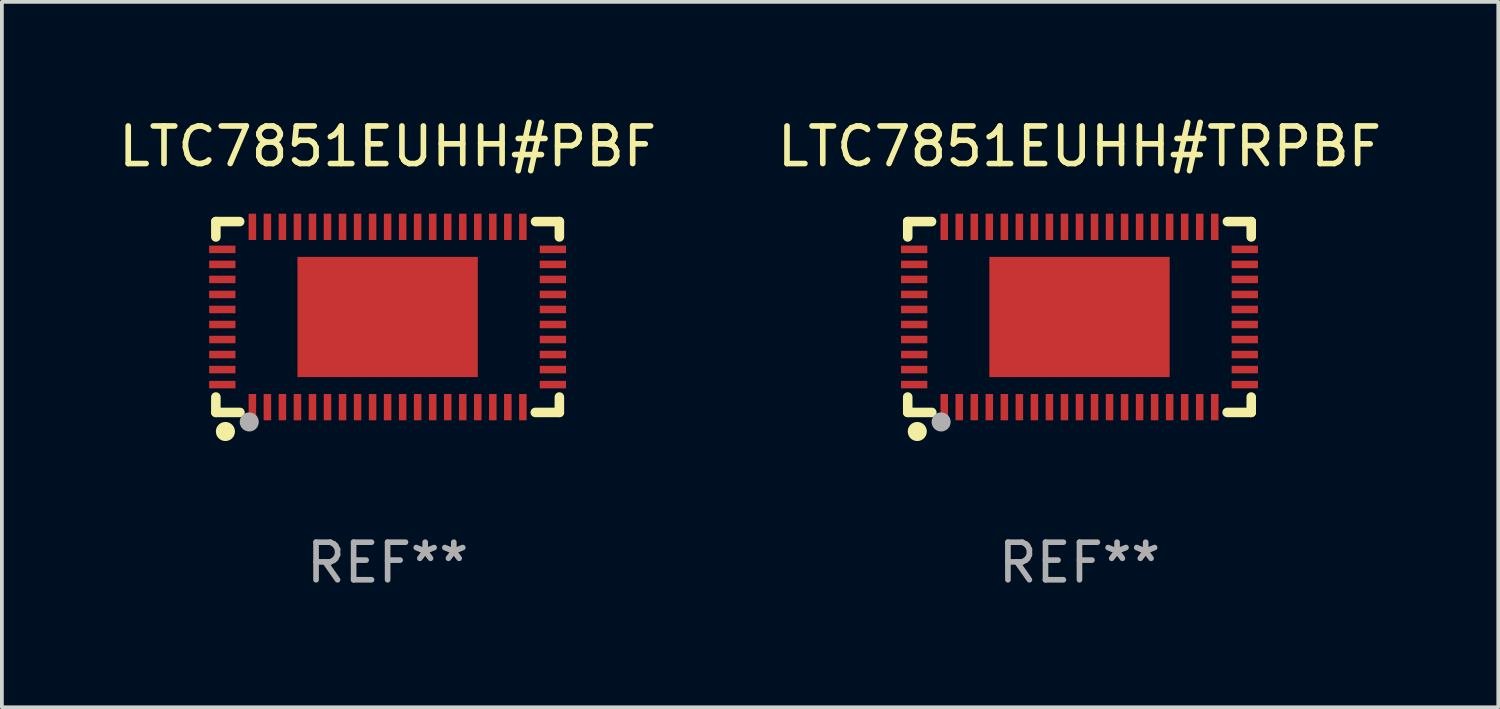
<source format=kicad_pcb>
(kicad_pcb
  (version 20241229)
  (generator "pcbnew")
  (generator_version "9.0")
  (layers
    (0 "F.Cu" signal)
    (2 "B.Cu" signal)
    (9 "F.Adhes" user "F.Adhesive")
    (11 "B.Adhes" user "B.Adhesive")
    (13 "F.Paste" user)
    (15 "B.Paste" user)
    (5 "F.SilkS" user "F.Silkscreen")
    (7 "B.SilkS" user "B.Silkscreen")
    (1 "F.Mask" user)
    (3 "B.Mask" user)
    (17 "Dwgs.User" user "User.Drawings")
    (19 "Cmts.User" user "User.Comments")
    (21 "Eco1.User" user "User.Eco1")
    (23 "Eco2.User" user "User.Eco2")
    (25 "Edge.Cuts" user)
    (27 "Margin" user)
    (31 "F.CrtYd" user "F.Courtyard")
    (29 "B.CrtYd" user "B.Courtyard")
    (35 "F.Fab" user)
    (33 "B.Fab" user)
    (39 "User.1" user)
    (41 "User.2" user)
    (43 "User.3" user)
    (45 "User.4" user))
  (footprint "LTC7851EUHH#PBF"
    (layer "F.Cu")
    (at 7.268 5.388)
    (property "Reference" "LTC7851EUHH#PBF" (at 0 -4.54 0) (layer "F.SilkS") (effects (font (size 1 1) (thickness 0.15))))
    (attr through_hole)
    (fp_line (start -4.572 -2.54) (end -4.572 -2.131) (stroke (width 0.254) (type solid)) (layer "F.SilkS"))
    (fp_line (start -4.572 2.131) (end -4.572 2.54) (stroke (width 0.254) (type solid)) (layer "F.SilkS"))
    (fp_line (start -4.572 2.54) (end -3.931 2.54) (stroke (width 0.254) (type solid)) (layer "F.SilkS"))
    (fp_line (start -3.937 -2.54) (end -4.572 -2.54) (stroke (width 0.254) (type solid)) (layer "F.SilkS"))
    (fp_line (start 3.931 2.54) (end 4.572 2.54) (stroke (width 0.254) (type solid)) (layer "F.SilkS"))
    (fp_line (start 4.572 -2.54) (end 3.937 -2.54) (stroke (width 0.254) (type solid)) (layer "F.SilkS"))
    (fp_line (start 4.572 -2.131) (end 4.572 -2.54) (stroke (width 0.254) (type solid)) (layer "F.SilkS"))
    (fp_line (start 4.572 2.54) (end 4.572 2.131) (stroke (width 0.254) (type solid)) (layer "F.SilkS"))
    (fp_circle (center -4.501 2.501) (end -4.471 2.501) (stroke (width 0.06) (type solid)) (fill no) (layer "F.SilkS"))
    (fp_circle (center -4.318 3.048) (end -4.191 3.048) (stroke (width 0.254) (type solid)) (fill no) (layer "F.SilkS"))
    (fp_circle (center -3.683 2.794) (end -3.556 2.794) (stroke (width 0.254) (type solid)) (fill no) (layer "F.Fab"))
    (fp_text user "REF**" (at 0 6.54 0) (layer "F.Fab") (effects (font (size 1 1) (thickness 0.15))))
    (pad "1" smd rect (at -3.6 2.4) (size 0.2 0.7) (layers "F.Cu" "F.Mask" "F.Paste"))
    (pad "2" smd rect (at -3.2 2.4) (size 0.2 0.7) (layers "F.Cu" "F.Mask" "F.Paste"))
    (pad "3" smd rect (at -2.8 2.4) (size 0.2 0.7) (layers "F.Cu" "F.Mask" "F.Paste"))
    (pad "4" smd rect (at -2.4 2.4) (size 0.2 0.7) (layers "F.Cu" "F.Mask" "F.Paste"))
    (pad "5" smd rect (at -2 2.4) (size 0.2 0.7) (layers "F.Cu" "F.Mask" "F.Paste"))
    (pad "6" smd rect (at -1.6 2.4) (size 0.2 0.7) (layers "F.Cu" "F.Mask" "F.Paste"))
    (pad "7" smd rect (at -1.2 2.4) (size 0.2 0.7) (layers "F.Cu" "F.Mask" "F.Paste"))
    (pad "8" smd rect (at -0.8 2.4) (size 0.2 0.7) (layers "F.Cu" "F.Mask" "F.Paste"))
    (pad "9" smd rect (at -0.4 2.4) (size 0.2 0.7) (layers "F.Cu" "F.Mask" "F.Paste"))
    (pad "10" smd rect (at -0.000076 2.4) (size 0.2 0.7) (layers "F.Cu" "F.Mask" "F.Paste"))
    (pad "11" smd rect (at 0.4 2.4) (size 0.2 0.7) (layers "F.Cu" "F.Mask" "F.Paste"))
    (pad "12" smd rect (at 0.8 2.4) (size 0.2 0.7) (layers "F.Cu" "F.Mask" "F.Paste"))
    (pad "13" smd rect (at 1.2 2.4) (size 0.2 0.7) (layers "F.Cu" "F.Mask" "F.Paste"))
    (pad "14" smd rect (at 1.6 2.4) (size 0.2 0.7) (layers "F.Cu" "F.Mask" "F.Paste"))
    (pad "15" smd rect (at 2 2.4) (size 0.2 0.7) (layers "F.Cu" "F.Mask" "F.Paste"))
    (pad "16" smd rect (at 2.4 2.4) (size 0.2 0.7) (layers "F.Cu" "F.Mask" "F.Paste"))
    (pad "17" smd rect (at 2.8 2.4) (size 0.2 0.7) (layers "F.Cu" "F.Mask" "F.Paste"))
    (pad "18" smd rect (at 3.2 2.4) (size 0.2 0.7) (layers "F.Cu" "F.Mask" "F.Paste"))
    (pad "19" smd rect (at 3.6 2.4) (size 0.2 0.7) (layers "F.Cu" "F.Mask" "F.Paste"))
    (pad "20" smd rect (at 4.4 1.8 90) (size 0.2 0.7) (layers "F.Cu" "F.Mask" "F.Paste"))
    (pad "21" smd rect (at 4.4 1.4 90) (size 0.2 0.7) (layers "F.Cu" "F.Mask" "F.Paste"))
    (pad "22" smd rect (at 4.4 1 90) (size 0.2 0.7) (layers "F.Cu" "F.Mask" "F.Paste"))
    (pad "23" smd rect (at 4.4 0.6 90) (size 0.2 0.7) (layers "F.Cu" "F.Mask" "F.Paste"))
    (pad "24" smd rect (at 4.4 0.2 90) (size 0.2 0.7) (layers "F.Cu" "F.Mask" "F.Paste"))
    (pad "25" smd rect (at 4.4 -0.2 90) (size 0.2 0.7) (layers "F.Cu" "F.Mask" "F.Paste"))
    (pad "26" smd rect (at 4.4 -0.6 90) (size 0.2 0.7) (layers "F.Cu" "F.Mask" "F.Paste"))
    (pad "27" smd rect (at 4.4 -1 90) (size 0.2 0.7) (layers "F.Cu" "F.Mask" "F.Paste"))
    (pad "28" smd rect (at 4.4 -1.4 90) (size 0.2 0.7) (layers "F.Cu" "F.Mask" "F.Paste"))
    (pad "29" smd rect (at 4.4 -1.8 90) (size 0.2 0.7) (layers "F.Cu" "F.Mask" "F.Paste"))
    (pad "30" smd rect (at 3.6 -2.4 180) (size 0.2 0.7) (layers "F.Cu" "F.Mask" "F.Paste"))
    (pad "31" smd rect (at 3.2 -2.4 180) (size 0.2 0.7) (layers "F.Cu" "F.Mask" "F.Paste"))
    (pad "32" smd rect (at 2.8 -2.4 180) (size 0.2 0.7) (layers "F.Cu" "F.Mask" "F.Paste"))
    (pad "33" smd rect (at 2.4 -2.4 180) (size 0.2 0.7) (layers "F.Cu" "F.Mask" "F.Paste"))
    (pad "34" smd rect (at 2 -2.4 180) (size 0.2 0.7) (layers "F.Cu" "F.Mask" "F.Paste"))
    (pad "35" smd rect (at 1.6 -2.4 180) (size 0.2 0.7) (layers "F.Cu" "F.Mask" "F.Paste"))
    (pad "36" smd rect (at 1.2 -2.4 180) (size 0.2 0.7) (layers "F.Cu" "F.Mask" "F.Paste"))
    (pad "37" smd rect (at 0.8 -2.4 180) (size 0.2 0.7) (layers "F.Cu" "F.Mask" "F.Paste"))
    (pad "38" smd rect (at 0.4 -2.4 180) (size 0.2 0.7) (layers "F.Cu" "F.Mask" "F.Paste"))
    (pad "39" smd rect (at -0.000076 -2.4 180) (size 0.2 0.7) (layers "F.Cu" "F.Mask" "F.Paste"))
    (pad "40" smd rect (at -0.4 -2.4 180) (size 0.2 0.7) (layers "F.Cu" "F.Mask" "F.Paste"))
    (pad "41" smd rect (at -0.8 -2.4 180) (size 0.2 0.7) (layers "F.Cu" "F.Mask" "F.Paste"))
    (pad "42" smd rect (at -1.2 -2.4 180) (size 0.2 0.7) (layers "F.Cu" "F.Mask" "F.Paste"))
    (pad "43" smd rect (at -1.6 -2.4 180) (size 0.2 0.7) (layers "F.Cu" "F.Mask" "F.Paste"))
    (pad "44" smd rect (at -2 -2.4 180) (size 0.2 0.7) (layers "F.Cu" "F.Mask" "F.Paste"))
    (pad "45" smd rect (at -2.4 -2.4 180) (size 0.2 0.7) (layers "F.Cu" "F.Mask" "F.Paste"))
    (pad "46" smd rect (at -2.8 -2.4 180) (size 0.2 0.7) (layers "F.Cu" "F.Mask" "F.Paste"))
    (pad "47" smd rect (at -3.2 -2.4 180) (size 0.2 0.7) (layers "F.Cu" "F.Mask" "F.Paste"))
    (pad "48" smd rect (at -3.6 -2.4 180) (size 0.2 0.7) (layers "F.Cu" "F.Mask" "F.Paste"))
    (pad "49" smd rect (at -4.4 -1.8 270) (size 0.2 0.7) (layers "F.Cu" "F.Mask" "F.Paste"))
    (pad "50" smd rect (at -4.4 -1.4 270) (size 0.2 0.7) (layers "F.Cu" "F.Mask" "F.Paste"))
    (pad "51" smd rect (at -4.4 -1 270) (size 0.2 0.7) (layers "F.Cu" "F.Mask" "F.Paste"))
    (pad "52" smd rect (at -4.4 -0.6 270) (size 0.2 0.7) (layers "F.Cu" "F.Mask" "F.Paste"))
    (pad "53" smd rect (at -4.4 -0.2 270) (size 0.2 0.7) (layers "F.Cu" "F.Mask" "F.Paste"))
    (pad "54" smd rect (at -4.4 0.2 270) (size 0.2 0.7) (layers "F.Cu" "F.Mask" "F.Paste"))
    (pad "55" smd rect (at -4.4 0.6 270) (size 0.2 0.7) (layers "F.Cu" "F.Mask" "F.Paste"))
    (pad "56" smd rect (at -4.4 1 270) (size 0.2 0.7) (layers "F.Cu" "F.Mask" "F.Paste"))
    (pad "57" smd rect (at -4.4 1.4 270) (size 0.2 0.7) (layers "F.Cu" "F.Mask" "F.Paste"))
    (pad "58" smd rect (at -4.4 1.8 270) (size 0.2 0.7) (layers "F.Cu" "F.Mask" "F.Paste"))
    (pad "59" smd rect (at -0.000076 0.000051 270) (size 3.2 4.8) (layers "F.Cu" "F.Mask" "F.Paste")))
  (footprint "LTC7851EUHH#TRPBF"
    (layer "F.Cu")
    (at 25.685 5.388)
    (property "Reference" "LTC7851EUHH#TRPBF" (at 0 -4.54 0) (layer "F.SilkS") (effects (font (size 1 1) (thickness 0.15))))
    (attr through_hole)
    (fp_line (start -4.572 -2.54) (end -4.572 -2.131) (stroke (width 0.254) (type solid)) (layer "F.SilkS"))
    (fp_line (start -4.572 2.131) (end -4.572 2.54) (stroke (width 0.254) (type solid)) (layer "F.SilkS"))
    (fp_line (start -4.572 2.54) (end -3.931 2.54) (stroke (width 0.254) (type solid)) (layer "F.SilkS"))
    (fp_line (start -3.937 -2.54) (end -4.572 -2.54) (stroke (width 0.254) (type solid)) (layer "F.SilkS"))
    (fp_line (start 3.931 2.54) (end 4.572 2.54) (stroke (width 0.254) (type solid)) (layer "F.SilkS"))
    (fp_line (start 4.572 -2.54) (end 3.937 -2.54) (stroke (width 0.254) (type solid)) (layer "F.SilkS"))
    (fp_line (start 4.572 -2.131) (end 4.572 -2.54) (stroke (width 0.254) (type solid)) (layer "F.SilkS"))
    (fp_line (start 4.572 2.54) (end 4.572 2.131) (stroke (width 0.254) (type solid)) (layer "F.SilkS"))
    (fp_circle (center -4.501 2.501) (end -4.471 2.501) (stroke (width 0.06) (type solid)) (fill no) (layer "F.SilkS"))
    (fp_circle (center -4.318 3.048) (end -4.191 3.048) (stroke (width 0.254) (type solid)) (fill no) (layer "F.SilkS"))
    (fp_circle (center -3.683 2.794) (end -3.556 2.794) (stroke (width 0.254) (type solid)) (fill no) (layer "F.Fab"))
    (fp_text user "REF**" (at 0 6.54 0) (layer "F.Fab") (effects (font (size 1 1) (thickness 0.15))))
    (pad "1" smd rect (at -3.6 2.4) (size 0.2 0.7) (layers "F.Cu" "F.Mask" "F.Paste"))
    (pad "2" smd rect (at -3.2 2.4) (size 0.2 0.7) (layers "F.Cu" "F.Mask" "F.Paste"))
    (pad "3" smd rect (at -2.8 2.4) (size 0.2 0.7) (layers "F.Cu" "F.Mask" "F.Paste"))
    (pad "4" smd rect (at -2.4 2.4) (size 0.2 0.7) (layers "F.Cu" "F.Mask" "F.Paste"))
    (pad "5" smd rect (at -2 2.4) (size 0.2 0.7) (layers "F.Cu" "F.Mask" "F.Paste"))
    (pad "6" smd rect (at -1.6 2.4) (size 0.2 0.7) (layers "F.Cu" "F.Mask" "F.Paste"))
    (pad "7" smd rect (at -1.2 2.4) (size 0.2 0.7) (layers "F.Cu" "F.Mask" "F.Paste"))
    (pad "8" smd rect (at -0.8 2.4) (size 0.2 0.7) (layers "F.Cu" "F.Mask" "F.Paste"))
    (pad "9" smd rect (at -0.4 2.4) (size 0.2 0.7) (layers "F.Cu" "F.Mask" "F.Paste"))
    (pad "10" smd rect (at -0.000076 2.4) (size 0.2 0.7) (layers "F.Cu" "F.Mask" "F.Paste"))
    (pad "11" smd rect (at 0.4 2.4) (size 0.2 0.7) (layers "F.Cu" "F.Mask" "F.Paste"))
    (pad "12" smd rect (at 0.8 2.4) (size 0.2 0.7) (layers "F.Cu" "F.Mask" "F.Paste"))
    (pad "13" smd rect (at 1.2 2.4) (size 0.2 0.7) (layers "F.Cu" "F.Mask" "F.Paste"))
    (pad "14" smd rect (at 1.6 2.4) (size 0.2 0.7) (layers "F.Cu" "F.Mask" "F.Paste"))
    (pad "15" smd rect (at 2 2.4) (size 0.2 0.7) (layers "F.Cu" "F.Mask" "F.Paste"))
    (pad "16" smd rect (at 2.4 2.4) (size 0.2 0.7) (layers "F.Cu" "F.Mask" "F.Paste"))
    (pad "17" smd rect (at 2.8 2.4) (size 0.2 0.7) (layers "F.Cu" "F.Mask" "F.Paste"))
    (pad "18" smd rect (at 3.2 2.4) (size 0.2 0.7) (layers "F.Cu" "F.Mask" "F.Paste"))
    (pad "19" smd rect (at 3.6 2.4) (size 0.2 0.7) (layers "F.Cu" "F.Mask" "F.Paste"))
    (pad "20" smd rect (at 4.4 1.8 90) (size 0.2 0.7) (layers "F.Cu" "F.Mask" "F.Paste"))
    (pad "21" smd rect (at 4.4 1.4 90) (size 0.2 0.7) (layers "F.Cu" "F.Mask" "F.Paste"))
    (pad "22" smd rect (at 4.4 1 90) (size 0.2 0.7) (layers "F.Cu" "F.Mask" "F.Paste"))
    (pad "23" smd rect (at 4.4 0.6 90) (size 0.2 0.7) (layers "F.Cu" "F.Mask" "F.Paste"))
    (pad "24" smd rect (at 4.4 0.2 90) (size 0.2 0.7) (layers "F.Cu" "F.Mask" "F.Paste"))
    (pad "25" smd rect (at 4.4 -0.2 90) (size 0.2 0.7) (layers "F.Cu" "F.Mask" "F.Paste"))
    (pad "26" smd rect (at 4.4 -0.6 90) (size 0.2 0.7) (layers "F.Cu" "F.Mask" "F.Paste"))
    (pad "27" smd rect (at 4.4 -1 90) (size 0.2 0.7) (layers "F.Cu" "F.Mask" "F.Paste"))
    (pad "28" smd rect (at 4.4 -1.4 90) (size 0.2 0.7) (layers "F.Cu" "F.Mask" "F.Paste"))
    (pad "29" smd rect (at 4.4 -1.8 90) (size 0.2 0.7) (layers "F.Cu" "F.Mask" "F.Paste"))
    (pad "30" smd rect (at 3.6 -2.4 180) (size 0.2 0.7) (layers "F.Cu" "F.Mask" "F.Paste"))
    (pad "31" smd rect (at 3.2 -2.4 180) (size 0.2 0.7) (layers "F.Cu" "F.Mask" "F.Paste"))
    (pad "32" smd rect (at 2.8 -2.4 180) (size 0.2 0.7) (layers "F.Cu" "F.Mask" "F.Paste"))
    (pad "33" smd rect (at 2.4 -2.4 180) (size 0.2 0.7) (layers "F.Cu" "F.Mask" "F.Paste"))
    (pad "34" smd rect (at 2 -2.4 180) (size 0.2 0.7) (layers "F.Cu" "F.Mask" "F.Paste"))
    (pad "35" smd rect (at 1.6 -2.4 180) (size 0.2 0.7) (layers "F.Cu" "F.Mask" "F.Paste"))
    (pad "36" smd rect (at 1.2 -2.4 180) (size 0.2 0.7) (layers "F.Cu" "F.Mask" "F.Paste"))
    (pad "37" smd rect (at 0.8 -2.4 180) (size 0.2 0.7) (layers "F.Cu" "F.Mask" "F.Paste"))
    (pad "38" smd rect (at 0.4 -2.4 180) (size 0.2 0.7) (layers "F.Cu" "F.Mask" "F.Paste"))
    (pad "39" smd rect (at -0.000076 -2.4 180) (size 0.2 0.7) (layers "F.Cu" "F.Mask" "F.Paste"))
    (pad "40" smd rect (at -0.4 -2.4 180) (size 0.2 0.7) (layers "F.Cu" "F.Mask" "F.Paste"))
    (pad "41" smd rect (at -0.8 -2.4 180) (size 0.2 0.7) (layers "F.Cu" "F.Mask" "F.Paste"))
    (pad "42" smd rect (at -1.2 -2.4 180) (size 0.2 0.7) (layers "F.Cu" "F.Mask" "F.Paste"))
    (pad "43" smd rect (at -1.6 -2.4 180) (size 0.2 0.7) (layers "F.Cu" "F.Mask" "F.Paste"))
    (pad "44" smd rect (at -2 -2.4 180) (size 0.2 0.7) (layers "F.Cu" "F.Mask" "F.Paste"))
    (pad "45" smd rect (at -2.4 -2.4 180) (size 0.2 0.7) (layers "F.Cu" "F.Mask" "F.Paste"))
    (pad "46" smd rect (at -2.8 -2.4 180) (size 0.2 0.7) (layers "F.Cu" "F.Mask" "F.Paste"))
    (pad "47" smd rect (at -3.2 -2.4 180) (size 0.2 0.7) (layers "F.Cu" "F.Mask" "F.Paste"))
    (pad "48" smd rect (at -3.6 -2.4 180) (size 0.2 0.7) (layers "F.Cu" "F.Mask" "F.Paste"))
    (pad "49" smd rect (at -4.4 -1.8 270) (size 0.2 0.7) (layers "F.Cu" "F.Mask" "F.Paste"))
    (pad "50" smd rect (at -4.4 -1.4 270) (size 0.2 0.7) (layers "F.Cu" "F.Mask" "F.Paste"))
    (pad "51" smd rect (at -4.4 -1 270) (size 0.2 0.7) (layers "F.Cu" "F.Mask" "F.Paste"))
    (pad "52" smd rect (at -4.4 -0.6 270) (size 0.2 0.7) (layers "F.Cu" "F.Mask" "F.Paste"))
    (pad "53" smd rect (at -4.4 -0.2 270) (size 0.2 0.7) (layers "F.Cu" "F.Mask" "F.Paste"))
    (pad "54" smd rect (at -4.4 0.2 270) (size 0.2 0.7) (layers "F.Cu" "F.Mask" "F.Paste"))
    (pad "55" smd rect (at -4.4 0.6 270) (size 0.2 0.7) (layers "F.Cu" "F.Mask" "F.Paste"))
    (pad "56" smd rect (at -4.4 1 270) (size 0.2 0.7) (layers "F.Cu" "F.Mask" "F.Paste"))
    (pad "57" smd rect (at -4.4 1.4 270) (size 0.2 0.7) (layers "F.Cu" "F.Mask" "F.Paste"))
    (pad "58" smd rect (at -4.4 1.8 270) (size 0.2 0.7) (layers "F.Cu" "F.Mask" "F.Paste"))
    (pad "59" smd rect (at -0.000076 0.000051 270) (size 3.2 4.8) (layers "F.Cu" "F.Mask" "F.Paste")))
  (gr_rect
    (start -3 -3)
    (end 36.833 15.777)
    (stroke (width 0.1) (type default))
    (fill no)
    (layer "Edge.Cuts")))
</source>
